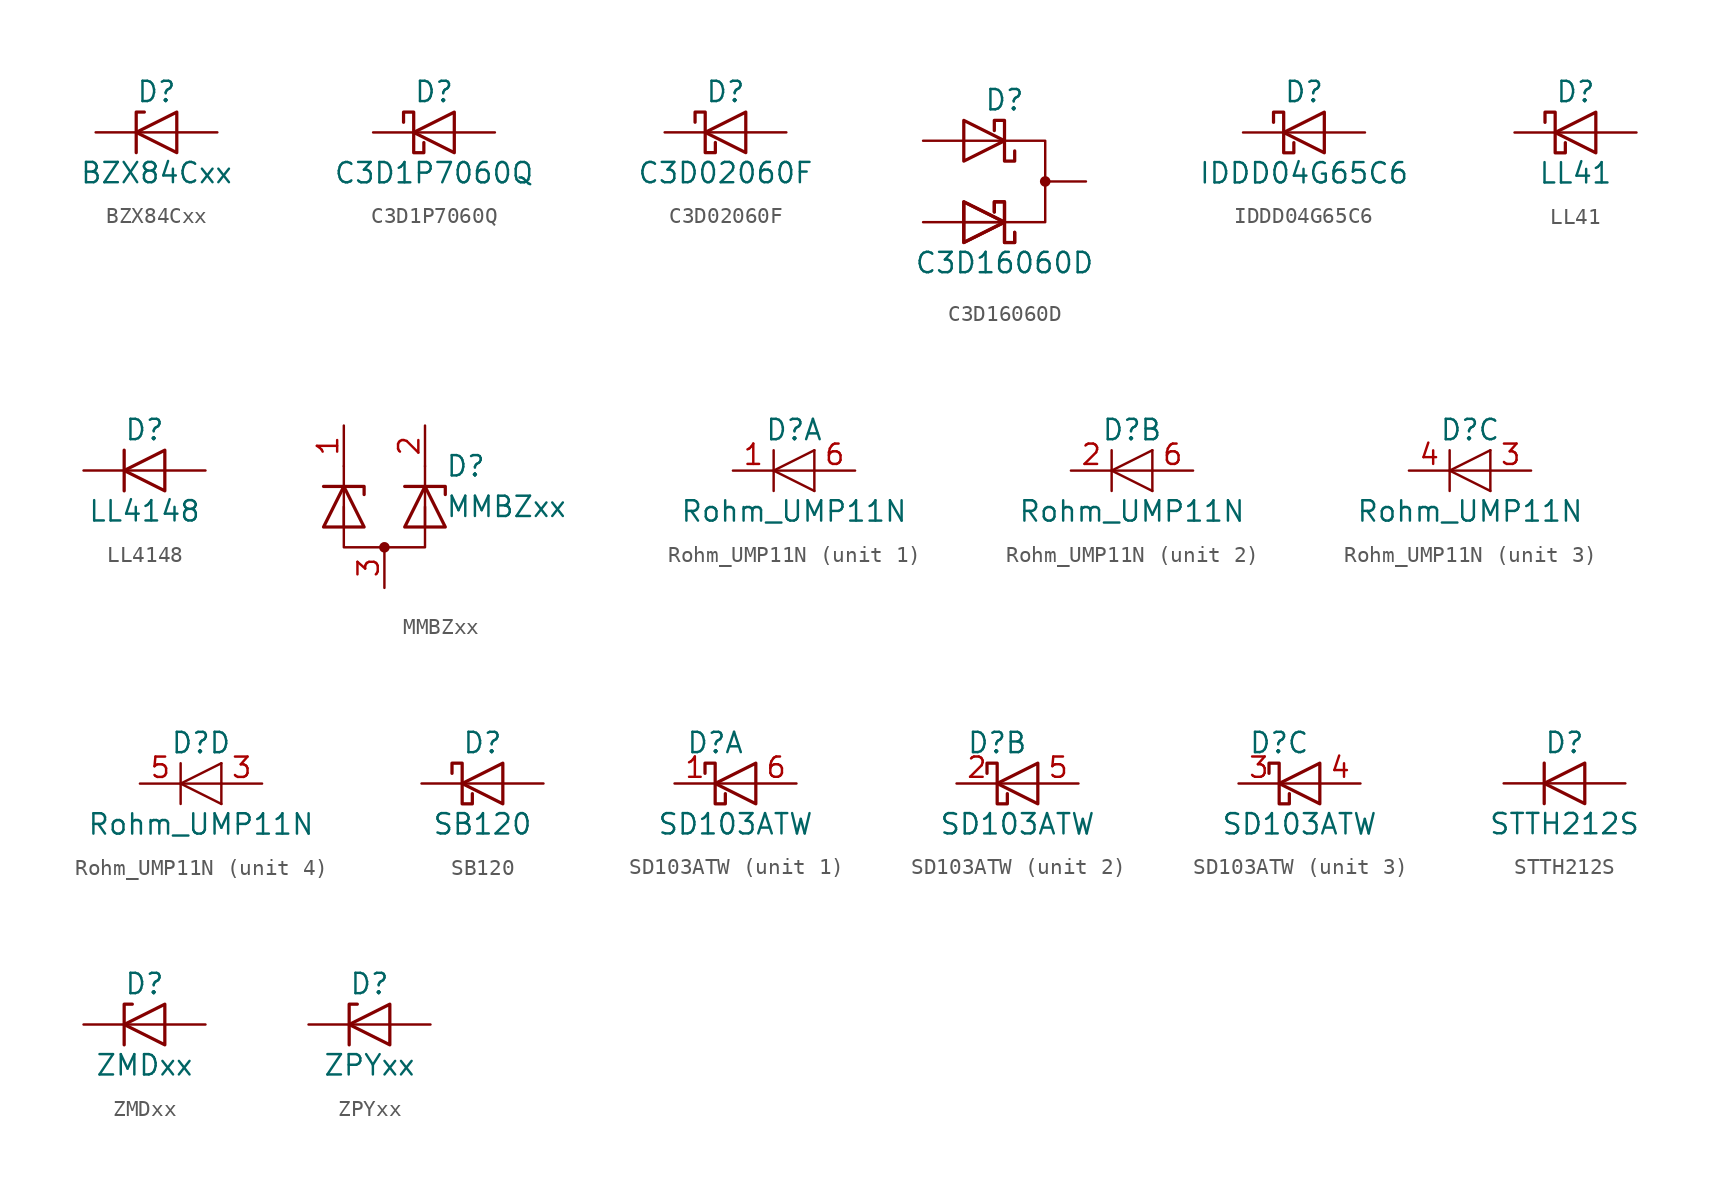
<source format=kicad_sym>
(kicad_symbol_lib
  (version 20201005)
  (generator kicad_symbol_editor)
  (symbol "BZX84Cxx"
    (pin_numbers hide)
    (pin_names
      (offset 1.016) hide)
    (property "Reference" "D"
      (at 0 2.54 0)
      (effects (font (size 1.27 1.27))))
    (property "Value" "BZX84Cxx"
      (at 0 -2.54 0)
      (effects (font (size 1.27 1.27))))
    (symbol "BZX84Cxx_0_1"
      (polyline (pts (xy 1.27 0) (xy -1.27 0)) (stroke (width 0)) (fill (type none)))
      (polyline (pts (xy -1.27 -1.27) (xy -1.27 1.27) (xy -0.762 1.27)) (stroke (width 0.203)) (fill (type none)))
      (polyline (pts (xy 1.27 -1.27) (xy 1.27 1.27) (xy -1.27 0) (xy 1.27 -1.27)) (stroke (width 0.203)) (fill (type none))))
    (symbol "BZX84Cxx_1_1"
      (pin passive line (at -3.81 0 0) (length 2.54) (name "K" (effects (font (size 1.27 1.27)))) (number "1" (effects (font (size 1.27 1.27)))))
      (pin passive line (at 3.81 0 180) (length 2.54) (name "A" (effects (font (size 1.27 1.27)))) (number "2" (effects (font (size 1.27 1.27)))))))
  (symbol "C3D1P7060Q"
    (pin_numbers hide)
    (pin_names
      (offset 1.016) hide)
    (property "Reference" "D"
      (at 0 2.54 0)
      (effects (font (size 1.27 1.27))))
    (property "Value" "C3D1P7060Q"
      (at 0 -2.54 0)
      (effects (font (size 1.27 1.27))))
    (symbol "C3D1P7060Q_0_1"
      (polyline (pts (xy 1.27 0) (xy -1.27 0)) (stroke (width 0)) (fill (type none)))
      (polyline (pts (xy 1.27 1.27) (xy 1.27 -1.27) (xy -1.27 0) (xy 1.27 1.27)) (stroke (width 0.203)) (fill (type none)))
      (polyline (pts (xy -1.905 0.635) (xy -1.905 1.27) (xy -1.27 1.27) (xy -1.27 -1.27) (xy -0.635 -1.27) (xy -0.635 -0.635)) (stroke (width 0.203)) (fill (type none))))
    (symbol "C3D1P7060Q_1_1"
      (pin passive line (at -3.81 0 0) (length 2.54) (name "K" (effects (font (size 1.27 1.27)))) (number "1" (effects (font (size 1.27 1.27)))))
      (pin passive line (at 3.81 0 180) (length 2.54) (name "A" (effects (font (size 1.27 1.27)))) (number "2" (effects (font (size 1.27 1.27)))))))
  (symbol "C3D02060F"
    (pin_numbers hide)
    (pin_names
      (offset 1.016) hide)
    (property "Reference" "D"
      (at 0 2.54 0)
      (effects (font (size 1.27 1.27))))
    (property "Value" "C3D02060F"
      (at 0 -2.54 0)
      (effects (font (size 1.27 1.27))))
    (symbol "C3D02060F_0_1"
      (polyline (pts (xy 1.27 0) (xy -1.27 0)) (stroke (width 0)) (fill (type none)))
      (polyline (pts (xy 1.27 1.27) (xy 1.27 -1.27) (xy -1.27 0) (xy 1.27 1.27)) (stroke (width 0.203)) (fill (type none)))
      (polyline (pts (xy -1.905 0.635) (xy -1.905 1.27) (xy -1.27 1.27) (xy -1.27 -1.27) (xy -0.635 -1.27) (xy -0.635 -0.635)) (stroke (width 0.203)) (fill (type none))))
    (symbol "C3D02060F_1_1"
      (pin passive line (at -3.81 0 0) (length 2.54) (name "K" (effects (font (size 1.27 1.27)))) (number "1" (effects (font (size 1.27 1.27)))))
      (pin passive line (at 3.81 0 180) (length 2.54) (name "A" (effects (font (size 1.27 1.27)))) (number "2" (effects (font (size 1.27 1.27)))))))
  (symbol "C3D16060D"
    (pin_numbers hide)
    (pin_names
      (offset 1.016) hide)
    (property "Reference" "D"
      (at 0 5.08 0)
      (effects (font (size 1.27 1.27))))
    (property "Value" "C3D16060D"
      (at 0 -5.08 0)
      (effects (font (size 1.27 1.27))))
    (symbol "C3D16060D_0_1"
      (circle (center 2.54 0) (radius 0.254) (stroke (width 0)) (fill (type outline)))
      (polyline (pts (xy -2.54 -2.54) (xy 0 -2.54)) (stroke (width 0)) (fill (type none)))
      (polyline (pts (xy -2.54 -2.54) (xy 0 -2.54)) (stroke (width 0)) (fill (type none)))
      (polyline (pts (xy -2.54 2.54) (xy 0 2.54)) (stroke (width 0)) (fill (type none)))
      (polyline (pts (xy -2.54 -3.81) (xy -2.54 -1.27) (xy 0 -2.54) (xy -2.54 -3.81)) (stroke (width 0.203)) (fill (type none)))
      (polyline (pts (xy -2.54 -3.81) (xy -2.54 -1.27) (xy 0 -2.54) (xy -2.54 -3.81)) (stroke (width 0.203)) (fill (type none)))
      (polyline (pts (xy -2.54 1.27) (xy -2.54 3.81) (xy 0 2.54) (xy -2.54 1.27)) (stroke (width 0.203)) (fill (type none)))
      (polyline (pts (xy 0 2.54) (xy 2.54 2.54) (xy 2.54 -2.54) (xy 0 -2.54)) (stroke (width 0)) (fill (type none)))
      (polyline (pts (xy 0.635 -3.175) (xy 0.635 -3.81) (xy 0 -3.81) (xy 0 -1.27) (xy -0.635 -1.27) (xy -0.635 -1.905)) (stroke (width 0.203)) (fill (type none)))
      (polyline (pts (xy 0.635 -3.175) (xy 0.635 -3.81) (xy 0 -3.81) (xy 0 -1.27) (xy -0.635 -1.27) (xy -0.635 -1.905)) (stroke (width 0.203)) (fill (type none)))
      (polyline (pts (xy 0.635 1.905) (xy 0.635 1.27) (xy 0 1.27) (xy 0 3.81) (xy -0.635 3.81) (xy -0.635 3.175)) (stroke (width 0.203)) (fill (type none))))
    (symbol "C3D16060D_1_1"
      (pin passive line (at -5.08 2.54 0) (length 2.54) (name "A1" (effects (font (size 1.27 1.27)))) (number "1" (effects (font (size 1.27 1.27)))))
      (pin passive line (at 5.08 0 180) (length 2.54) (name "K" (effects (font (size 1.27 1.27)))) (number "2" (effects (font (size 1.27 1.27)))))
      (pin passive line (at -5.08 -2.54 0) (length 2.54) (name "A2" (effects (font (size 1.27 1.27)))) (number "3" (effects (font (size 1.27 1.27)))))))
  (symbol "IDDD04G65C6"
    (pin_numbers hide)
    (pin_names
      (offset 1.016) hide)
    (property "Reference" "D"
      (at 0 2.54 0)
      (effects (font (size 1.27 1.27))))
    (property "Value" "IDDD04G65C6"
      (at 0 -2.54 0)
      (effects (font (size 1.27 1.27))))
    (symbol "IDDD04G65C6_0_1"
      (polyline (pts (xy 1.27 0) (xy -1.27 0)) (stroke (width 0)) (fill (type none)))
      (polyline (pts (xy 1.27 1.27) (xy 1.27 -1.27) (xy -1.27 0) (xy 1.27 1.27)) (stroke (width 0.203)) (fill (type none)))
      (polyline (pts (xy -1.905 0.635) (xy -1.905 1.27) (xy -1.27 1.27) (xy -1.27 -1.27) (xy -0.635 -1.27) (xy -0.635 -0.635)) (stroke (width 0.203)) (fill (type none))))
    (symbol "IDDD04G65C6_1_1"
      (pin no_connect line (at -2.54 0 0) (length 2.54) hide (name "NC" (effects (font (size 1.27 1.27)))) (number "1" (effects (font (size 1.27 1.27)))))
      (pin passive line (at -3.81 0 0) (length 2.54) hide (name "K" (effects (font (size 1.27 1.27)))) (number "10" (effects (font (size 1.27 1.27)))))
      (pin no_connect line (at 2.54 0 180) (length 2.54) hide (name "NC" (effects (font (size 1.27 1.27)))) (number "2" (effects (font (size 1.27 1.27)))))
      (pin passive line (at 3.81 0 180) (length 2.54) (name "A" (effects (font (size 1.27 1.27)))) (number "3" (effects (font (size 1.27 1.27)))))
      (pin passive line (at 3.81 0 180) (length 2.54) hide (name "A" (effects (font (size 1.27 1.27)))) (number "4" (effects (font (size 1.27 1.27)))))
      (pin passive line (at 3.81 0 180) (length 2.54) hide (name "A" (effects (font (size 1.27 1.27)))) (number "5" (effects (font (size 1.27 1.27)))))
      (pin passive line (at -3.81 0 0) (length 2.54) (name "K" (effects (font (size 1.27 1.27)))) (number "6" (effects (font (size 1.27 1.27)))))
      (pin passive line (at -3.81 0 0) (length 2.54) hide (name "K" (effects (font (size 1.27 1.27)))) (number "7" (effects (font (size 1.27 1.27)))))
      (pin passive line (at -3.81 0 0) (length 2.54) hide (name "K" (effects (font (size 1.27 1.27)))) (number "8" (effects (font (size 1.27 1.27)))))
      (pin passive line (at -3.81 0 0) (length 2.54) hide (name "K" (effects (font (size 1.27 1.27)))) (number "9" (effects (font (size 1.27 1.27)))))))
  (symbol "LL41"
    (pin_numbers hide)
    (pin_names
      (offset 1.016) hide)
    (property "Reference" "D"
      (at 0 2.54 0)
      (effects (font (size 1.27 1.27))))
    (property "Value" "LL41"
      (at 0 -2.54 0)
      (effects (font (size 1.27 1.27))))
    (symbol "LL41_0_1"
      (polyline (pts (xy 1.27 0) (xy -1.27 0)) (stroke (width 0)) (fill (type none)))
      (polyline (pts (xy 1.27 1.27) (xy 1.27 -1.27) (xy -1.27 0) (xy 1.27 1.27)) (stroke (width 0.203)) (fill (type none)))
      (polyline (pts (xy -1.905 0.635) (xy -1.905 1.27) (xy -1.27 1.27) (xy -1.27 -1.27) (xy -0.635 -1.27) (xy -0.635 -0.635)) (stroke (width 0.203)) (fill (type none))))
    (symbol "LL41_1_1"
      (pin passive line (at -3.81 0 0) (length 2.54) (name "K" (effects (font (size 1.27 1.27)))) (number "1" (effects (font (size 1.27 1.27)))))
      (pin passive line (at 3.81 0 180) (length 2.54) (name "A" (effects (font (size 1.27 1.27)))) (number "2" (effects (font (size 1.27 1.27)))))))
  (symbol "LL4148"
    (pin_numbers hide)
    (pin_names
      (offset 1.016) hide)
    (property "Reference" "D"
      (at 0 2.54 0)
      (effects (font (size 1.27 1.27))))
    (property "Value" "LL4148"
      (at 0 -2.54 0)
      (effects (font (size 1.27 1.27))))
    (symbol "LL4148_0_1"
      (polyline (pts (xy -1.27 1.27) (xy -1.27 -1.27)) (stroke (width 0.203)) (fill (type none)))
      (polyline (pts (xy 1.27 0) (xy -1.27 0)) (stroke (width 0)) (fill (type none)))
      (polyline (pts (xy 1.27 1.27) (xy 1.27 -1.27) (xy -1.27 0) (xy 1.27 1.27)) (stroke (width 0.203)) (fill (type none))))
    (symbol "LL4148_1_1"
      (pin passive line (at -3.81 0 0) (length 2.54) (name "K" (effects (font (size 1.27 1.27)))) (number "1" (effects (font (size 1.27 1.27)))))
      (pin passive line (at 3.81 0 180) (length 2.54) (name "A" (effects (font (size 1.27 1.27)))) (number "2" (effects (font (size 1.27 1.27)))))))
  (symbol "MMBZxx"
    (pin_names
      (offset 1.016) hide)
    (property "Reference" "D"
      (at 3.81 2.54 0)
      (effects (font (size 1.27 1.27)) (justify left)))
    (property "Value" "MMBZxx"
      (at 3.81 0 0)
      (effects (font (size 1.27 1.27)) (justify left)))
    (symbol "MMBZxx_0_1"
      (circle (center 0 -2.54) (radius 0.254) (stroke (width 0)) (fill (type outline)))
      (polyline (pts (xy -2.54 -1.27) (xy -2.54 2.54)) (stroke (width 0)) (fill (type none)))
      (polyline (pts (xy 2.54 -1.27) (xy 2.54 2.54)) (stroke (width 0)) (fill (type none)))
      (polyline (pts (xy -3.81 1.27) (xy -1.27 1.27) (xy -1.27 0.762)) (stroke (width 0.203)) (fill (type none)))
      (polyline (pts (xy 1.27 1.27) (xy 3.81 1.27) (xy 3.81 0.762)) (stroke (width 0.203)) (fill (type none)))
      (polyline (pts (xy -2.54 0) (xy -2.54 -2.54) (xy 2.54 -2.54) (xy 2.54 0)) (stroke (width 0)) (fill (type none))))
    (symbol "MMBZxx_1_1"
      (polyline (pts (xy -3.81 -1.27) (xy -1.27 -1.27) (xy -2.54 1.27) (xy -3.81 -1.27)) (stroke (width 0.203)) (fill (type none)))
      (polyline (pts (xy 1.27 -1.27) (xy 3.81 -1.27) (xy 2.54 1.27) (xy 1.27 -1.27)) (stroke (width 0.203)) (fill (type none)))
      (pin passive line (at -2.54 5.08 270) (length 2.54) (name "K" (effects (font (size 1.27 1.27)))) (number "1" (effects (font (size 1.27 1.27)))))
      (pin passive line (at 2.54 5.08 270) (length 2.54) (name "K" (effects (font (size 1.27 1.27)))) (number "2" (effects (font (size 1.27 1.27)))))
      (pin passive line (at 0 -5.08 90) (length 2.54) (name "A" (effects (font (size 1.27 1.27)))) (number "3" (effects (font (size 1.27 1.27)))))))
  (symbol "Rohm_UMP11N"
    (pin_names
      (offset 1.016) hide)
    (property "Reference" "D"
      (at 0 2.54 0)
      (effects (font (size 1.27 1.27))))
    (property "Value" "Rohm_UMP11N"
      (at 0 -2.54 0)
      (effects (font (size 1.27 1.27))))
    (symbol "Rohm_UMP11N_0_1"
      (polyline (pts (xy -1.27 1.27) (xy -1.27 -1.27)) (stroke (width 0.152)) (fill (type none)))
      (polyline (pts (xy 1.27 -1.27) (xy 1.27 1.27)) (stroke (width 0)) (fill (type none)))
      (polyline (pts (xy 1.27 0) (xy -1.27 0)) (stroke (width 0)) (fill (type none)))
      (polyline (pts (xy 1.27 1.27) (xy -1.27 0) (xy 1.27 -1.27)) (stroke (width 0)) (fill (type none))))
    (symbol "Rohm_UMP11N_1_1"
      (pin passive line (at -3.81 0 0) (length 2.54) (name "K" (effects (font (size 1.27 1.27)))) (number "1" (effects (font (size 1.27 1.27)))))
      (pin passive line (at 3.81 0 180) (length 2.54) (name "A" (effects (font (size 1.27 1.27)))) (number "6" (effects (font (size 1.27 1.27))))))
    (symbol "Rohm_UMP11N_2_1"
      (pin passive line (at -3.81 0 0) (length 2.54) (name "K" (effects (font (size 1.27 1.27)))) (number "2" (effects (font (size 1.27 1.27)))))
      (pin passive line (at 3.81 0 180) (length 2.54) (name "A" (effects (font (size 1.27 1.27)))) (number "6" (effects (font (size 1.27 1.27))))))
    (symbol "Rohm_UMP11N_3_1"
      (pin passive line (at 3.81 0 180) (length 2.54) (name "A" (effects (font (size 1.27 1.27)))) (number "3" (effects (font (size 1.27 1.27)))))
      (pin passive line (at -3.81 0 0) (length 2.54) (name "K" (effects (font (size 1.27 1.27)))) (number "4" (effects (font (size 1.27 1.27))))))
    (symbol "Rohm_UMP11N_4_1"
      (pin passive line (at 3.81 0 180) (length 2.54) (name "A" (effects (font (size 1.27 1.27)))) (number "3" (effects (font (size 1.27 1.27)))))
      (pin passive line (at -3.81 0 0) (length 2.54) (name "K" (effects (font (size 1.27 1.27)))) (number "5" (effects (font (size 1.27 1.27)))))))
  (symbol "SB120"
    (pin_numbers hide)
    (pin_names
      (offset 1.016) hide)
    (property "Reference" "D"
      (at 0 2.54 0)
      (effects (font (size 1.27 1.27))))
    (property "Value" "SB120"
      (at 0 -2.54 0)
      (effects (font (size 1.27 1.27))))
    (symbol "SB120_0_1"
      (polyline (pts (xy 1.27 0) (xy -1.27 0)) (stroke (width 0)) (fill (type none)))
      (polyline (pts (xy 1.27 1.27) (xy 1.27 -1.27) (xy -1.27 0) (xy 1.27 1.27)) (stroke (width 0.203)) (fill (type none)))
      (polyline (pts (xy -1.905 0.635) (xy -1.905 1.27) (xy -1.27 1.27) (xy -1.27 -1.27) (xy -0.635 -1.27) (xy -0.635 -0.635)) (stroke (width 0.203)) (fill (type none))))
    (symbol "SB120_1_1"
      (pin passive line (at -3.81 0 0) (length 2.54) (name "K" (effects (font (size 1.27 1.27)))) (number "1" (effects (font (size 1.27 1.27)))))
      (pin passive line (at 3.81 0 180) (length 2.54) (name "A" (effects (font (size 1.27 1.27)))) (number "2" (effects (font (size 1.27 1.27)))))))
  (symbol "SD103ATW"
    (pin_names hide)
    (property "Reference" "D"
      (at -1.27 2.54 0)
      (effects (font (size 1.27 1.27))))
    (property "Value" "SD103ATW"
      (at 0 -2.54 0)
      (effects (font (size 1.27 1.27))))
    (symbol "SD103ATW_0_1"
      (polyline (pts (xy 1.27 0) (xy -1.27 0)) (stroke (width 0)) (fill (type none)))
      (polyline (pts (xy 1.27 1.27) (xy 1.27 -1.27) (xy -1.27 0) (xy 1.27 1.27)) (stroke (width 0.203)) (fill (type none)))
      (polyline (pts (xy -1.905 0.635) (xy -1.905 1.27) (xy -1.27 1.27) (xy -1.27 -1.27) (xy -0.635 -1.27) (xy -0.635 -0.635)) (stroke (width 0.203)) (fill (type none))))
    (symbol "SD103ATW_1_1"
      (pin passive line (at -3.81 0 0) (length 2.54) (name "K" (effects (font (size 1.27 1.27)))) (number "1" (effects (font (size 1.27 1.27)))))
      (pin passive line (at 3.81 0 180) (length 2.54) (name "A" (effects (font (size 1.27 1.27)))) (number "6" (effects (font (size 1.27 1.27))))))
    (symbol "SD103ATW_2_1"
      (pin passive line (at -3.81 0 0) (length 2.54) (name "K" (effects (font (size 1.27 1.27)))) (number "2" (effects (font (size 1.27 1.27)))))
      (pin passive line (at 3.81 0 180) (length 2.54) (name "A" (effects (font (size 1.27 1.27)))) (number "5" (effects (font (size 1.27 1.27))))))
    (symbol "SD103ATW_3_1"
      (pin passive line (at -3.81 0 0) (length 2.54) (name "K" (effects (font (size 1.27 1.27)))) (number "3" (effects (font (size 1.27 1.27)))))
      (pin passive line (at 3.81 0 180) (length 2.54) (name "A" (effects (font (size 1.27 1.27)))) (number "4" (effects (font (size 1.27 1.27)))))))
  (symbol "STTH212S"
    (pin_numbers hide)
    (pin_names
      (offset 1.016) hide)
    (property "Reference" "D"
      (at 0 2.54 0)
      (effects (font (size 1.27 1.27))))
    (property "Value" "STTH212S"
      (at 0 -2.54 0)
      (effects (font (size 1.27 1.27))))
    (symbol "STTH212S_0_1"
      (polyline (pts (xy -1.27 1.27) (xy -1.27 -1.27)) (stroke (width 0.203)) (fill (type none)))
      (polyline (pts (xy 1.27 0) (xy -1.27 0)) (stroke (width 0)) (fill (type none)))
      (polyline (pts (xy 1.27 1.27) (xy 1.27 -1.27) (xy -1.27 0) (xy 1.27 1.27)) (stroke (width 0.203)) (fill (type none))))
    (symbol "STTH212S_1_1"
      (pin passive line (at -3.81 0 0) (length 2.54) (name "K" (effects (font (size 1.27 1.27)))) (number "1" (effects (font (size 1.27 1.27)))))
      (pin passive line (at 3.81 0 180) (length 2.54) (name "A" (effects (font (size 1.27 1.27)))) (number "2" (effects (font (size 1.27 1.27)))))))
  (symbol "ZMDxx"
    (pin_numbers hide)
    (pin_names
      (offset 1.016) hide)
    (property "Reference" "D"
      (at 0 2.54 0)
      (effects (font (size 1.27 1.27))))
    (property "Value" "ZMDxx"
      (at 0 -2.54 0)
      (effects (font (size 1.27 1.27))))
    (symbol "ZMDxx_0_1"
      (polyline (pts (xy 1.27 0) (xy -1.27 0)) (stroke (width 0)) (fill (type none)))
      (polyline (pts (xy -1.27 -1.27) (xy -1.27 1.27) (xy -0.762 1.27)) (stroke (width 0.203)) (fill (type none)))
      (polyline (pts (xy 1.27 -1.27) (xy 1.27 1.27) (xy -1.27 0) (xy 1.27 -1.27)) (stroke (width 0.203)) (fill (type none))))
    (symbol "ZMDxx_1_1"
      (pin passive line (at -3.81 0 0) (length 2.54) (name "K" (effects (font (size 1.27 1.27)))) (number "1" (effects (font (size 1.27 1.27)))))
      (pin passive line (at 3.81 0 180) (length 2.54) (name "A" (effects (font (size 1.27 1.27)))) (number "2" (effects (font (size 1.27 1.27)))))))
  (symbol "ZPYxx"
    (pin_numbers hide)
    (pin_names
      (offset 1.016) hide)
    (property "Reference" "D"
      (at 0 2.54 0)
      (effects (font (size 1.27 1.27))))
    (property "Value" "ZPYxx"
      (at 0 -2.54 0)
      (effects (font (size 1.27 1.27))))
    (symbol "ZPYxx_0_1"
      (polyline (pts (xy 1.27 0) (xy -1.27 0)) (stroke (width 0)) (fill (type none)))
      (polyline (pts (xy -1.27 -1.27) (xy -1.27 1.27) (xy -0.762 1.27)) (stroke (width 0.203)) (fill (type none)))
      (polyline (pts (xy 1.27 -1.27) (xy 1.27 1.27) (xy -1.27 0) (xy 1.27 -1.27)) (stroke (width 0.203)) (fill (type none))))
    (symbol "ZPYxx_1_1"
      (pin passive line (at -3.81 0 0) (length 2.54) (name "K" (effects (font (size 1.27 1.27)))) (number "1" (effects (font (size 1.27 1.27)))))
      (pin passive line (at 3.81 0 180) (length 2.54) (name "A" (effects (font (size 1.27 1.27)))) (number "2" (effects (font (size 1.27 1.27))))))))
</source>
